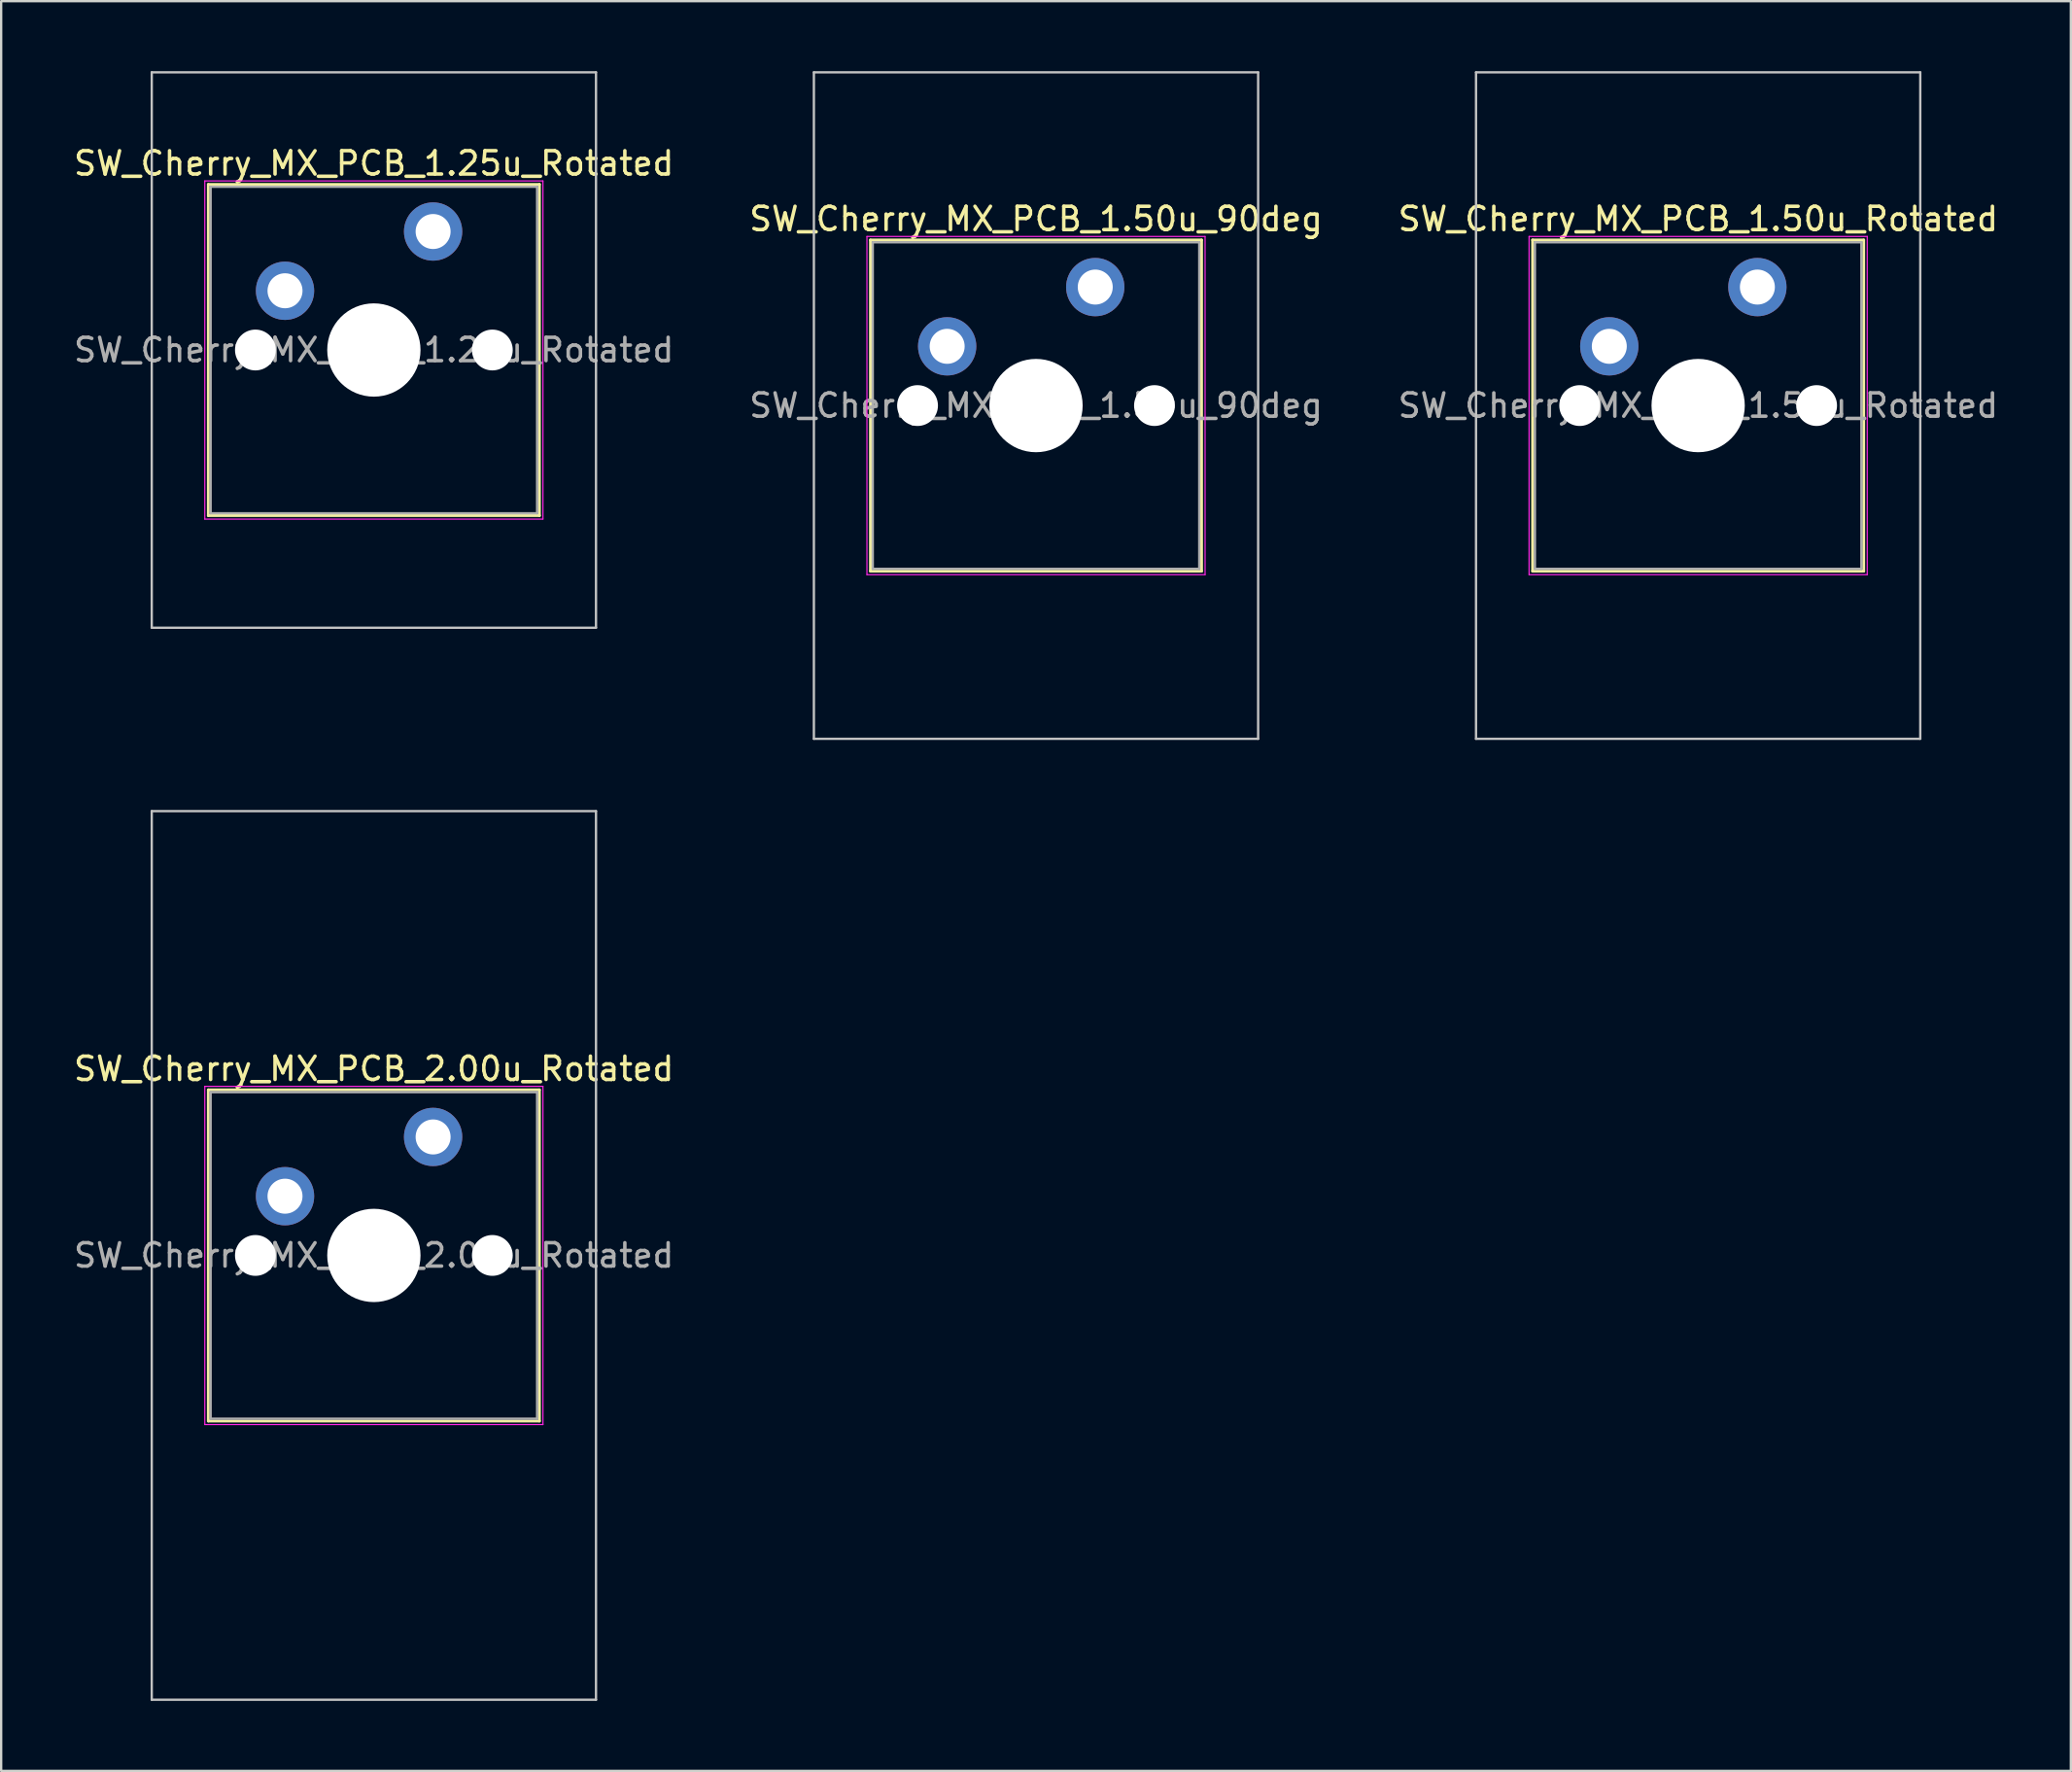
<source format=kicad_pcb>
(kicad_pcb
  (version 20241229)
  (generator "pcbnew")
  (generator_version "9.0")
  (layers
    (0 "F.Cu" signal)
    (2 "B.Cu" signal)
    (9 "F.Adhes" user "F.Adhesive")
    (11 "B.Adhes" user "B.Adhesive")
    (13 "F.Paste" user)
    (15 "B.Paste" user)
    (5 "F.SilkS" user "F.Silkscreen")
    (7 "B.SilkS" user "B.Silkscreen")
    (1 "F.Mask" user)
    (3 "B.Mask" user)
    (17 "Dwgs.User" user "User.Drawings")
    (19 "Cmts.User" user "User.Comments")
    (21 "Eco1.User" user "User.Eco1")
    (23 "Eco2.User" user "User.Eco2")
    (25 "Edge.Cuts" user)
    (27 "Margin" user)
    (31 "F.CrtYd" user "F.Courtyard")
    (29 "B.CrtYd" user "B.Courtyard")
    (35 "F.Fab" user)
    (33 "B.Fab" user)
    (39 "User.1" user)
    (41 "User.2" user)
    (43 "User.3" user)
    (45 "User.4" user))
  (footprint "SW_Cherry_MX_PCB_1.50u_Rotated"
    (layer "F.Cu")
    (at 69.768 14.338)
    (property "Reference" "SW_Cherry_MX_PCB_1.50u_Rotated" (at 0 -8 0) (layer "F.SilkS") (effects (font (size 1 1) (thickness 0.15))))
    (attr through_hole)
    (fp_line (start -7.1 -7.1) (end -7.1 7.1) (stroke (width 0.12) (type solid)) (layer "F.SilkS"))
    (fp_line (start -7.1 7.1) (end 7.1 7.1) (stroke (width 0.12) (type solid)) (layer "F.SilkS"))
    (fp_line (start 7.1 -7.1) (end -7.1 -7.1) (stroke (width 0.12) (type solid)) (layer "F.SilkS"))
    (fp_line (start 7.1 7.1) (end 7.1 -7.1) (stroke (width 0.12) (type solid)) (layer "F.SilkS"))
    (fp_line (start -9.525 -14.287) (end -9.525 14.287) (stroke (width 0.1) (type solid)) (layer "Dwgs.User"))
    (fp_line (start -9.525 14.287) (end 9.525 14.287) (stroke (width 0.1) (type solid)) (layer "Dwgs.User"))
    (fp_line (start 9.525 -14.287) (end -9.525 -14.287) (stroke (width 0.1) (type solid)) (layer "Dwgs.User"))
    (fp_line (start 9.525 14.287) (end 9.525 -14.287) (stroke (width 0.1) (type solid)) (layer "Dwgs.User"))
    (fp_line (start -7.25 -7.25) (end -7.25 7.25) (stroke (width 0.05) (type solid)) (layer "F.CrtYd"))
    (fp_line (start -7.25 7.25) (end 7.25 7.25) (stroke (width 0.05) (type solid)) (layer "F.CrtYd"))
    (fp_line (start 7.25 -7.25) (end -7.25 -7.25) (stroke (width 0.05) (type solid)) (layer "F.CrtYd"))
    (fp_line (start 7.25 7.25) (end 7.25 -7.25) (stroke (width 0.05) (type solid)) (layer "F.CrtYd"))
    (fp_line (start -7 -7) (end -7 7) (stroke (width 0.1) (type solid)) (layer "F.Fab"))
    (fp_line (start -7 7) (end 7 7) (stroke (width 0.1) (type solid)) (layer "F.Fab"))
    (fp_line (start 7 -7) (end -7 -7) (stroke (width 0.1) (type solid)) (layer "F.Fab"))
    (fp_line (start 7 7) (end 7 -7) (stroke (width 0.1) (type solid)) (layer "F.Fab"))
    (fp_text user "${REFERENCE}" (at 0 0 0) (layer "F.Fab") (effects (font (size 1 1) (thickness 0.15))))
    (pad "" np_thru_hole circle (at -5.08 0) (size 1.75 1.75) (drill 1.75) (layers "*.Cu" "*.Mask"))
    (pad "" np_thru_hole circle (at 0 0) (size 4 4) (drill 4) (layers "*.Cu" "*.Mask"))
    (pad "" np_thru_hole circle (at 5.08 0) (size 1.75 1.75) (drill 1.75) (layers "*.Cu" "*.Mask"))
    (pad "1" thru_hole circle (at -3.81 -2.54) (size 2.5 2.5) (drill 1.5) (layers "*.Cu" "B.Mask"))
    (pad "2" thru_hole circle (at 2.54 -5.08) (size 2.5 2.5) (drill 1.5) (layers "*.Cu" "B.Mask")))
  (footprint "SW_Cherry_MX_PCB_2.00u_Rotated"
    (layer "F.Cu")
    (at 12.982 50.775)
    (property "Reference" "SW_Cherry_MX_PCB_2.00u_Rotated" (at 0 -8 0) (layer "F.SilkS") (effects (font (size 1 1) (thickness 0.15))))
    (attr through_hole)
    (fp_line (start -7.1 -7.1) (end -7.1 7.1) (stroke (width 0.12) (type solid)) (layer "F.SilkS"))
    (fp_line (start -7.1 7.1) (end 7.1 7.1) (stroke (width 0.12) (type solid)) (layer "F.SilkS"))
    (fp_line (start 7.1 -7.1) (end -7.1 -7.1) (stroke (width 0.12) (type solid)) (layer "F.SilkS"))
    (fp_line (start 7.1 7.1) (end 7.1 -7.1) (stroke (width 0.12) (type solid)) (layer "F.SilkS"))
    (fp_line (start -9.525 -19.05) (end -9.525 19.05) (stroke (width 0.1) (type solid)) (layer "Dwgs.User"))
    (fp_line (start -9.525 19.05) (end 9.525 19.05) (stroke (width 0.1) (type solid)) (layer "Dwgs.User"))
    (fp_line (start 9.525 -19.05) (end -9.525 -19.05) (stroke (width 0.1) (type solid)) (layer "Dwgs.User"))
    (fp_line (start 9.525 19.05) (end 9.525 -19.05) (stroke (width 0.1) (type solid)) (layer "Dwgs.User"))
    (fp_line (start -7.25 -7.25) (end -7.25 7.25) (stroke (width 0.05) (type solid)) (layer "F.CrtYd"))
    (fp_line (start -7.25 7.25) (end 7.25 7.25) (stroke (width 0.05) (type solid)) (layer "F.CrtYd"))
    (fp_line (start 7.25 -7.25) (end -7.25 -7.25) (stroke (width 0.05) (type solid)) (layer "F.CrtYd"))
    (fp_line (start 7.25 7.25) (end 7.25 -7.25) (stroke (width 0.05) (type solid)) (layer "F.CrtYd"))
    (fp_line (start -7 -7) (end -7 7) (stroke (width 0.1) (type solid)) (layer "F.Fab"))
    (fp_line (start -7 7) (end 7 7) (stroke (width 0.1) (type solid)) (layer "F.Fab"))
    (fp_line (start 7 -7) (end -7 -7) (stroke (width 0.1) (type solid)) (layer "F.Fab"))
    (fp_line (start 7 7) (end 7 -7) (stroke (width 0.1) (type solid)) (layer "F.Fab"))
    (fp_text user "${REFERENCE}" (at 0 0 0) (layer "F.Fab") (effects (font (size 1 1) (thickness 0.15))))
    (pad "" np_thru_hole circle (at -5.08 0) (size 1.75 1.75) (drill 1.75) (layers "*.Cu" "*.Mask"))
    (pad "" np_thru_hole circle (at 0 0) (size 4 4) (drill 4) (layers "*.Cu" "*.Mask"))
    (pad "" np_thru_hole circle (at 5.08 0) (size 1.75 1.75) (drill 1.75) (layers "*.Cu" "*.Mask"))
    (pad "1" thru_hole circle (at -3.81 -2.54) (size 2.5 2.5) (drill 1.5) (layers "*.Cu" "B.Mask"))
    (pad "2" thru_hole circle (at 2.54 -5.08) (size 2.5 2.5) (drill 1.5) (layers "*.Cu" "B.Mask")))
  (footprint "SW_Cherry_MX_PCB_1.50u_90deg"
    (layer "F.Cu")
    (at 41.375 14.338)
    (property "Reference" "SW_Cherry_MX_PCB_1.50u_90deg" (at 0 -8 0) (layer "F.SilkS") (effects (font (size 1 1) (thickness 0.15))))
    (attr through_hole)
    (fp_line (start -7.1 -7.1) (end -7.1 7.1) (stroke (width 0.12) (type solid)) (layer "F.SilkS"))
    (fp_line (start -7.1 7.1) (end 7.1 7.1) (stroke (width 0.12) (type solid)) (layer "F.SilkS"))
    (fp_line (start 7.1 -7.1) (end -7.1 -7.1) (stroke (width 0.12) (type solid)) (layer "F.SilkS"))
    (fp_line (start 7.1 7.1) (end 7.1 -7.1) (stroke (width 0.12) (type solid)) (layer "F.SilkS"))
    (fp_line (start -9.525 -14.287) (end 9.525 -14.287) (stroke (width 0.1) (type solid)) (layer "Dwgs.User"))
    (fp_line (start -9.525 14.287) (end -9.525 -14.287) (stroke (width 0.1) (type solid)) (layer "Dwgs.User"))
    (fp_line (start 9.525 -14.287) (end 9.525 14.287) (stroke (width 0.1) (type solid)) (layer "Dwgs.User"))
    (fp_line (start 9.525 14.287) (end -9.525 14.287) (stroke (width 0.1) (type solid)) (layer "Dwgs.User"))
    (fp_line (start -7 -7) (end -7 7) (stroke (width 0.1) (type solid)) (layer "Eco1.User"))
    (fp_line (start -7 7) (end 7 7) (stroke (width 0.1) (type solid)) (layer "Eco1.User"))
    (fp_line (start 7 -7) (end -7 -7) (stroke (width 0.1) (type solid)) (layer "Eco1.User"))
    (fp_line (start 7 7) (end 7 -7) (stroke (width 0.1) (type solid)) (layer "Eco1.User"))
    (fp_line (start -7.25 -7.25) (end -7.25 7.25) (stroke (width 0.05) (type solid)) (layer "F.CrtYd"))
    (fp_line (start -7.25 7.25) (end 7.25 7.25) (stroke (width 0.05) (type solid)) (layer "F.CrtYd"))
    (fp_line (start 7.25 -7.25) (end -7.25 -7.25) (stroke (width 0.05) (type solid)) (layer "F.CrtYd"))
    (fp_line (start 7.25 7.25) (end 7.25 -7.25) (stroke (width 0.05) (type solid)) (layer "F.CrtYd"))
    (fp_line (start -7 -7) (end -7 7) (stroke (width 0.1) (type solid)) (layer "F.Fab"))
    (fp_line (start -7 7) (end 7 7) (stroke (width 0.1) (type solid)) (layer "F.Fab"))
    (fp_line (start 7 -7) (end -7 -7) (stroke (width 0.1) (type solid)) (layer "F.Fab"))
    (fp_line (start 7 7) (end 7 -7) (stroke (width 0.1) (type solid)) (layer "F.Fab"))
    (fp_text user "${REFERENCE}" (at 0 0 0) (layer "F.Fab") (effects (font (size 1 1) (thickness 0.15))))
    (pad "" np_thru_hole circle (at -5.08 0) (size 1.75 1.75) (drill 1.75) (layers "*.Cu" "*.Mask"))
    (pad "" np_thru_hole circle (at 0 0) (size 4 4) (drill 4) (layers "*.Cu" "*.Mask"))
    (pad "" np_thru_hole circle (at 5.08 0) (size 1.75 1.75) (drill 1.75) (layers "*.Cu" "*.Mask"))
    (pad "1" thru_hole circle (at -3.81 -2.54) (size 2.5 2.5) (drill 1.5) (layers "*.Cu" "*.Mask"))
    (pad "2" thru_hole circle (at 2.54 -5.08) (size 2.5 2.5) (drill 1.5) (layers "*.Cu" "*.Mask")))
  (footprint "SW_Cherry_MX_PCB_1.25u_Rotated"
    (layer "F.Cu")
    (at 12.982 11.956)
    (property "Reference" "SW_Cherry_MX_PCB_1.25u_Rotated" (at 0 -8 0) (layer "F.SilkS") (effects (font (size 1 1) (thickness 0.15))))
    (attr through_hole)
    (fp_line (start -7.1 -7.1) (end -7.1 7.1) (stroke (width 0.12) (type solid)) (layer "F.SilkS"))
    (fp_line (start -7.1 7.1) (end 7.1 7.1) (stroke (width 0.12) (type solid)) (layer "F.SilkS"))
    (fp_line (start 7.1 -7.1) (end -7.1 -7.1) (stroke (width 0.12) (type solid)) (layer "F.SilkS"))
    (fp_line (start 7.1 7.1) (end 7.1 -7.1) (stroke (width 0.12) (type solid)) (layer "F.SilkS"))
    (fp_line (start -9.525 -11.906) (end -9.525 11.906) (stroke (width 0.1) (type solid)) (layer "Dwgs.User"))
    (fp_line (start -9.525 11.906) (end 9.525 11.906) (stroke (width 0.1) (type solid)) (layer "Dwgs.User"))
    (fp_line (start 9.525 -11.906) (end -9.525 -11.906) (stroke (width 0.1) (type solid)) (layer "Dwgs.User"))
    (fp_line (start 9.525 11.906) (end 9.525 -11.906) (stroke (width 0.1) (type solid)) (layer "Dwgs.User"))
    (fp_line (start -7.25 -7.25) (end -7.25 7.25) (stroke (width 0.05) (type solid)) (layer "F.CrtYd"))
    (fp_line (start -7.25 7.25) (end 7.25 7.25) (stroke (width 0.05) (type solid)) (layer "F.CrtYd"))
    (fp_line (start 7.25 -7.25) (end -7.25 -7.25) (stroke (width 0.05) (type solid)) (layer "F.CrtYd"))
    (fp_line (start 7.25 7.25) (end 7.25 -7.25) (stroke (width 0.05) (type solid)) (layer "F.CrtYd"))
    (fp_line (start -7 -7) (end -7 7) (stroke (width 0.1) (type solid)) (layer "F.Fab"))
    (fp_line (start -7 7) (end 7 7) (stroke (width 0.1) (type solid)) (layer "F.Fab"))
    (fp_line (start 7 -7) (end -7 -7) (stroke (width 0.1) (type solid)) (layer "F.Fab"))
    (fp_line (start 7 7) (end 7 -7) (stroke (width 0.1) (type solid)) (layer "F.Fab"))
    (fp_text user "${REFERENCE}" (at 0 0 0) (layer "F.Fab") (effects (font (size 1 1) (thickness 0.15))))
    (pad "" np_thru_hole circle (at -5.08 0) (size 1.75 1.75) (drill 1.75) (layers "*.Cu" "*.Mask"))
    (pad "" np_thru_hole circle (at 0 0) (size 4 4) (drill 4) (layers "*.Cu" "*.Mask"))
    (pad "" np_thru_hole circle (at 5.08 0) (size 1.75 1.75) (drill 1.75) (layers "*.Cu" "*.Mask"))
    (pad "1" thru_hole circle (at -3.81 -2.54) (size 2.5 2.5) (drill 1.5) (layers "*.Cu" "B.Mask"))
    (pad "2" thru_hole circle (at 2.54 -5.08) (size 2.5 2.5) (drill 1.5) (layers "*.Cu" "B.Mask")))
  (gr_rect
    (start -3 -3)
    (end 85.75 72.875)
    (stroke (width 0.1) (type default))
    (fill no)
    (layer "Edge.Cuts")))
</source>
